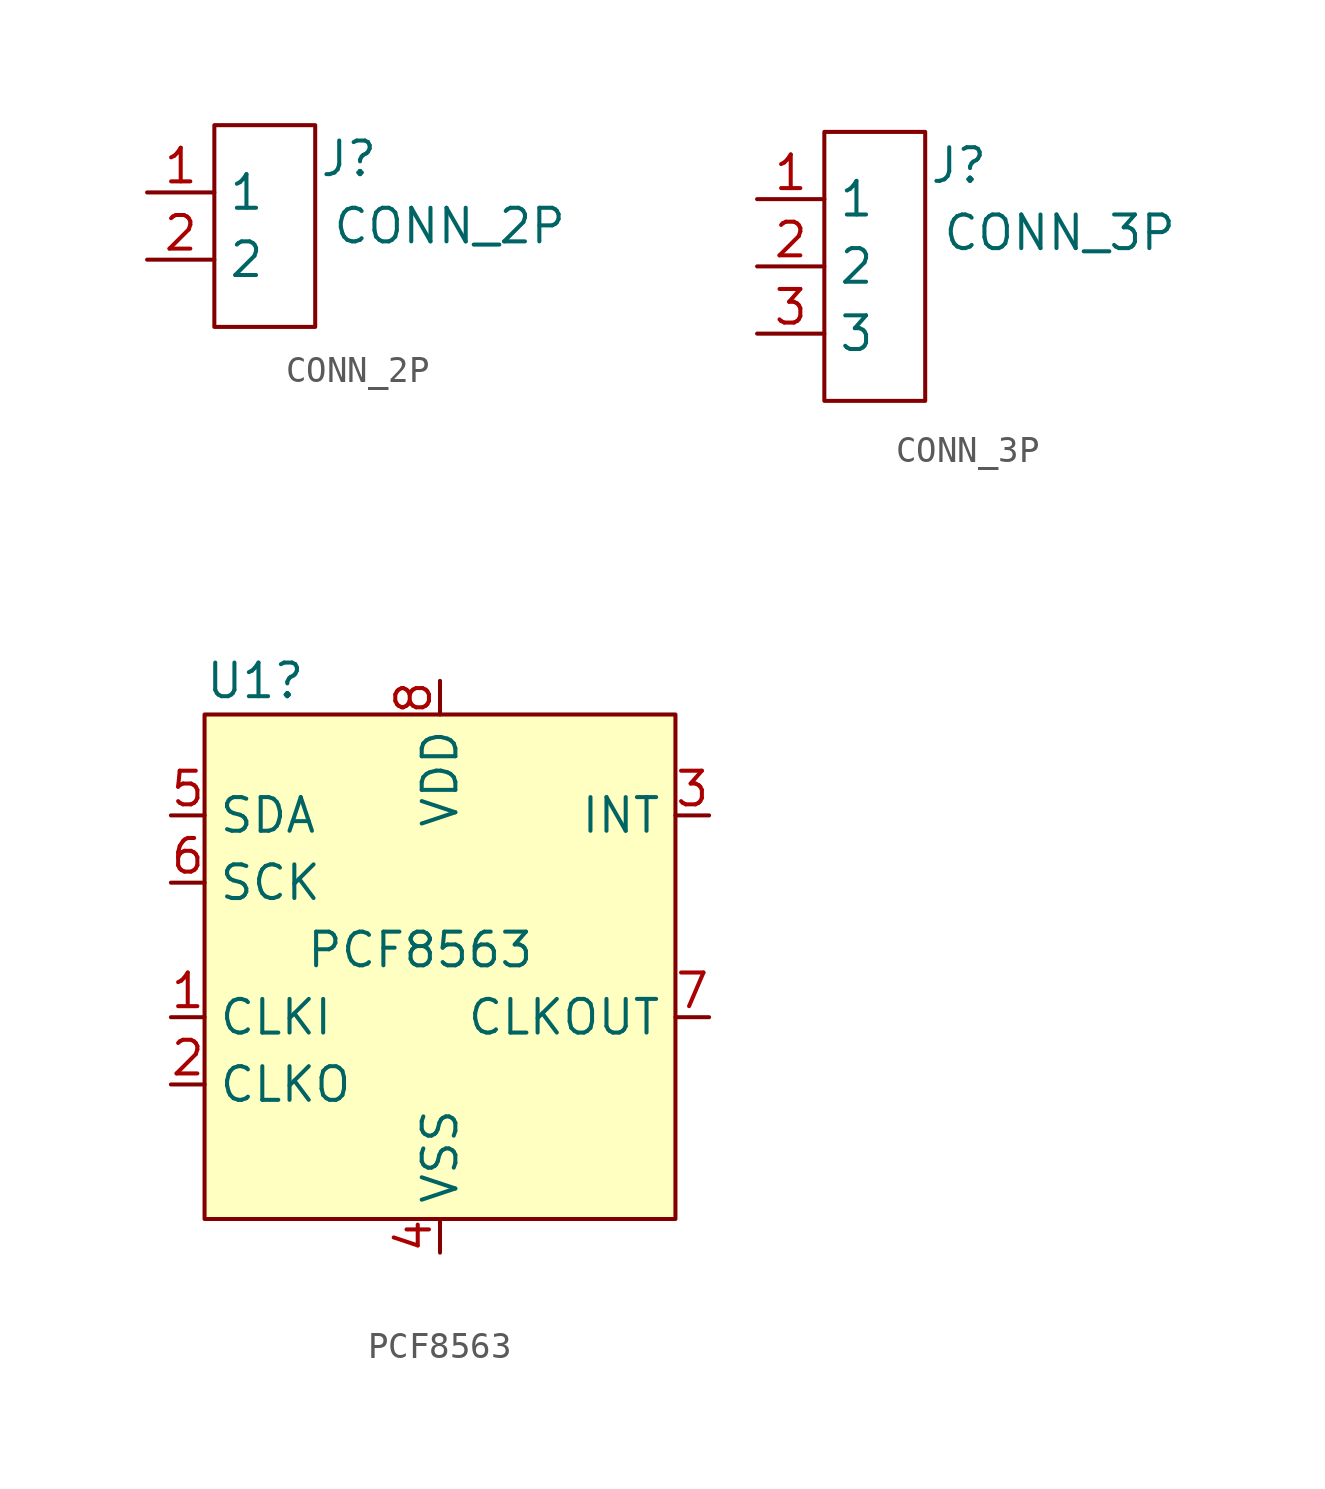
<source format=kicad_sym>
(kicad_symbol_lib
  (version 20211014)
  (generator kicad_symbol_editor)
  (symbol "CONN_2P"
    (property "Reference" "J"
      (at 7.62 1.27 0)
      (effects (font (size 1.27 1.27))))
    (property "Value" "CONN_2P"
      (at 11.43 -1.27 0)
      (effects (font (size 1.27 1.27))))
    (symbol "CONN_2P_0_1"
      (rectangle (start 2.54 2.54) (end 6.35 -5.08) (stroke (width 0) (type default) (color 0 0 0 0)) (fill (type none))))
    (symbol "CONN_2P_1_1"
      (pin free line (at 0 0 0) (length 2.54) (name "1" (effects (font (size 1.27 1.27)))) (number "1" (effects (font (size 1.27 1.27)))))
      (pin free line (at 0 -2.54 0) (length 2.54) (name "2" (effects (font (size 1.27 1.27)))) (number "2" (effects (font (size 1.27 1.27)))))))
  (symbol "CONN_3P"
    (property "Reference" "J"
      (at 7.62 1.27 0)
      (effects (font (size 1.27 1.27))))
    (property "Value" "CONN_3P"
      (at 11.43 -1.27 0)
      (effects (font (size 1.27 1.27))))
    (symbol "CONN_3P_0_1"
      (rectangle (start 2.54 2.54) (end 6.35 -7.62) (stroke (width 0) (type default) (color 0 0 0 0)) (fill (type none))))
    (symbol "CONN_3P_1_1"
      (pin free line (at 0 0 0) (length 2.54) (name "1" (effects (font (size 1.27 1.27)))) (number "1" (effects (font (size 1.27 1.27)))))
      (pin free line (at 0 -2.54 0) (length 2.54) (name "2" (effects (font (size 1.27 1.27)))) (number "2" (effects (font (size 1.27 1.27)))))
      (pin free line (at 0 -5.08 0) (length 2.54) (name "3" (effects (font (size 1.27 1.27)))) (number "3" (effects (font (size 1.27 1.27)))))))
  (symbol "PCF8563"
    (property "Reference" "U1"
      (at 1.27 5.08 0)
      (effects (font (size 1.27 1.27)) (justify left)))
    (property "Value" "PCF8563"
      (at 5.08 -5.08 0)
      (effects (font (size 1.27 1.27)) (justify left)))
    (symbol "PCF8563_0_1"
      (rectangle (start 1.27 3.81) (end 19.05 -15.24) (stroke (width 0) (type default) (color 0 0 0 0)) (fill (type background))))
    (symbol "PCF8563_1_1"
      (pin input line (at 0 -7.62 0) (length 1.27) (name "CLKI" (effects (font (size 1.27 1.27)))) (number "1" (effects (font (size 1.27 1.27)))))
      (pin input line (at 0 -10.16 0) (length 1.27) (name "CLKO" (effects (font (size 1.27 1.27)))) (number "2" (effects (font (size 1.27 1.27)))))
      (pin open_collector line (at 20.32 0 180) (length 1.27) (name "INT" (effects (font (size 1.27 1.27)))) (number "3" (effects (font (size 1.27 1.27)))))
      (pin bidirectional line (at 10.16 -16.51 90) (length 1.27) (name "VSS" (effects (font (size 1.27 1.27)))) (number "4" (effects (font (size 1.27 1.27)))))
      (pin bidirectional line (at 0 0 0) (length 1.27) (name "SDA" (effects (font (size 1.27 1.27)))) (number "5" (effects (font (size 1.27 1.27)))))
      (pin bidirectional line (at 0 -2.54 0) (length 1.27) (name "SCK" (effects (font (size 1.27 1.27)))) (number "6" (effects (font (size 1.27 1.27)))))
      (pin open_collector line (at 20.32 -7.62 180) (length 1.27) (name "CLKOUT" (effects (font (size 1.27 1.27)))) (number "7" (effects (font (size 1.27 1.27)))))
      (pin bidirectional line (at 10.16 5.08 270) (length 1.27) (name "VDD" (effects (font (size 1.27 1.27)))) (number "8" (effects (font (size 1.27 1.27))))))))
</source>
